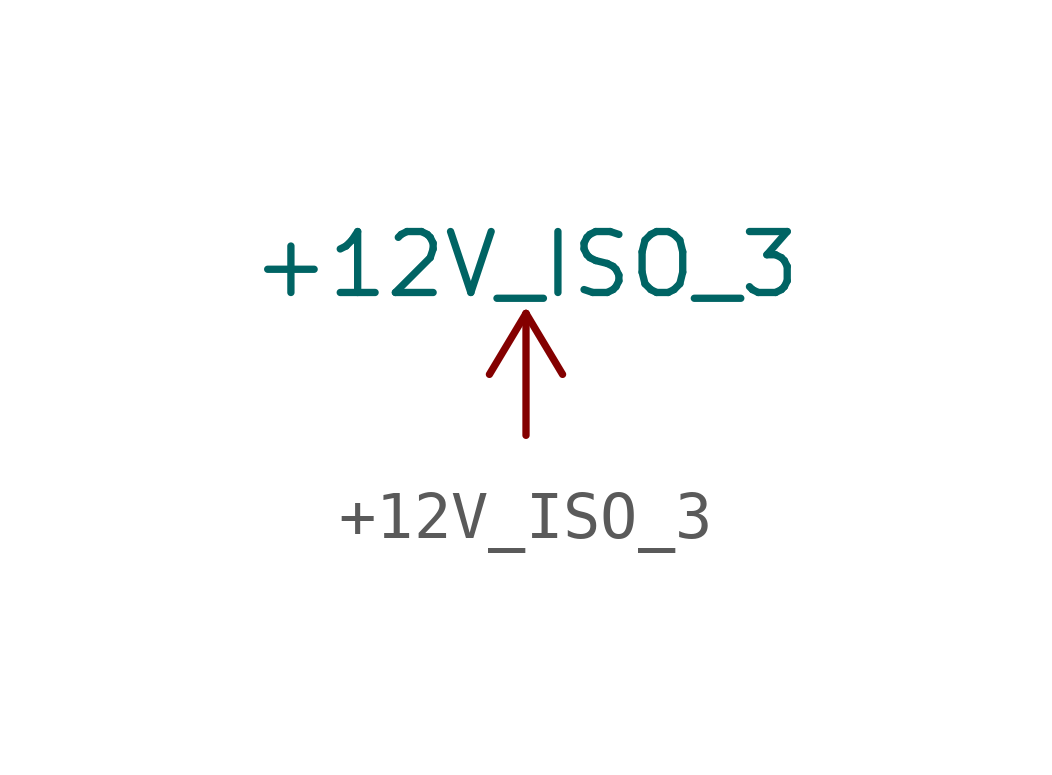
<source format=kicad_sym>
(kicad_symbol_lib
  (version 20220914)
  (generator kicad_symbol_editor)
  (symbol "+12V_ISO_3"
    (power)
    (pin_names
      (offset 0))
    (property "Reference" "#PWR"
      (at 0 -3.81 0)
      (effects (font (size 1.27 1.27)) hide))
    (property "Value" "+12V_ISO_3"
      (at 0 3.556 0)
      (effects (font (size 1.27 1.27))))
    (symbol "+12V_ISO_3_0_1"
      (polyline (pts (xy -0.762 1.27) (xy 0 2.54)) (stroke (width 0) (type default)) (fill (type none)))
      (polyline (pts (xy 0 0) (xy 0 2.54)) (stroke (width 0) (type default)) (fill (type none)))
      (polyline (pts (xy 0 2.54) (xy 0.762 1.27)) (stroke (width 0) (type default)) (fill (type none))))
    (symbol "+12V_ISO_3_1_1"
      (pin power_in line (at 0 0 0) (length 0) hide (name "+12V_ISO_3" (effects (font (size 1.27 1.27)))) (number "1" (effects (font (size 1.27 1.27))))))))
</source>
